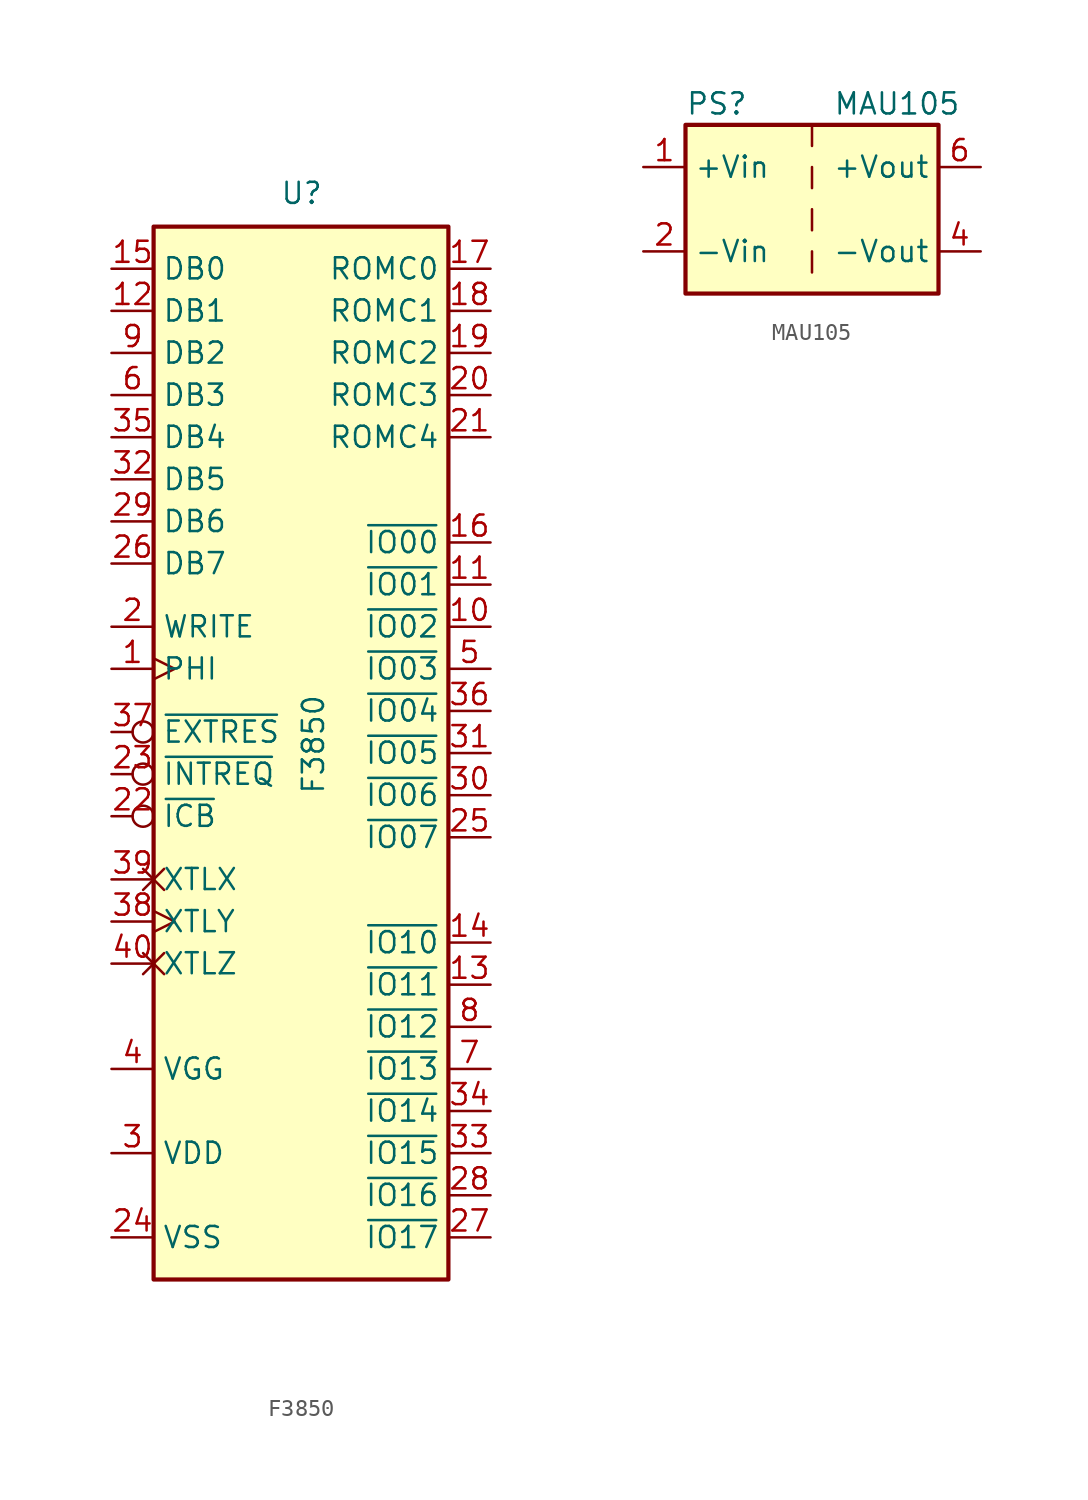
<source format=kicad_sym>
(kicad_symbol_lib
  (version 20211014)
  (generator kicad_symbol_editor)
  (symbol "F3850"
    (property "Reference" "U"
      (at -1.27 31.75 0)
      (effects (font (size 1.27 1.27)) (justify left bottom)))
    (property "Value" "F3850"
      (at 0 -3.81 90)
      (effects (font (size 1.27 1.27)) (justify left top)))
    (symbol "F3850_0_0"
      (pin bidirectional line (at 11.43 -6.35 180) (length 2.54) (name "~{IO07}" (effects (font (size 1.27 1.27)))) (number "25" (effects (font (size 1.27 1.27)))))
      (pin input inverted (at -11.43 0 0) (length 2.54) (name "~{EXTRES}" (effects (font (size 1.27 1.27)))) (number "37" (effects (font (size 1.27 1.27)))))
      (pin input clock (at -11.43 -11.43 0) (length 2.54) (name "XTLY" (effects (font (size 1.27 1.27)))) (number "38" (effects (font (size 1.27 1.27))))))
    (symbol "F3850_0_1"
      (rectangle (start -8.89 -33.02) (end 8.89 30.48) (stroke (width 0.254) (type default) (color 0 0 0 0)) (fill (type background))))
    (symbol "F3850_1_1"
      (pin output clock (at -11.43 3.81 0) (length 2.54) (name "PHI" (effects (font (size 1.27 1.27)))) (number "1" (effects (font (size 1.27 1.27)))))
      (pin bidirectional line (at 11.43 6.35 180) (length 2.54) (name "~{IO02}" (effects (font (size 1.27 1.27)))) (number "10" (effects (font (size 1.27 1.27)))))
      (pin bidirectional line (at 11.43 8.89 180) (length 2.54) (name "~{IO01}" (effects (font (size 1.27 1.27)))) (number "11" (effects (font (size 1.27 1.27)))))
      (pin bidirectional line (at -11.43 25.4 0) (length 2.54) (name "DB1" (effects (font (size 1.27 1.27)))) (number "12" (effects (font (size 1.27 1.27)))))
      (pin bidirectional line (at 11.43 -15.24 180) (length 2.54) (name "~{IO11}" (effects (font (size 1.27 1.27)))) (number "13" (effects (font (size 1.27 1.27)))))
      (pin bidirectional line (at 11.43 -12.7 180) (length 2.54) (name "~{IO10}" (effects (font (size 1.27 1.27)))) (number "14" (effects (font (size 1.27 1.27)))))
      (pin bidirectional line (at -11.43 27.94 0) (length 2.54) (name "DB0" (effects (font (size 1.27 1.27)))) (number "15" (effects (font (size 1.27 1.27)))))
      (pin bidirectional line (at 11.43 11.43 180) (length 2.54) (name "~{IO00}" (effects (font (size 1.27 1.27)))) (number "16" (effects (font (size 1.27 1.27)))))
      (pin output line (at 11.43 27.94 180) (length 2.54) (name "ROMC0" (effects (font (size 1.27 1.27)))) (number "17" (effects (font (size 1.27 1.27)))))
      (pin output line (at 11.43 25.4 180) (length 2.54) (name "ROMC1" (effects (font (size 1.27 1.27)))) (number "18" (effects (font (size 1.27 1.27)))))
      (pin output line (at 11.43 22.86 180) (length 2.54) (name "ROMC2" (effects (font (size 1.27 1.27)))) (number "19" (effects (font (size 1.27 1.27)))))
      (pin output line (at -11.43 6.35 0) (length 2.54) (name "WRITE" (effects (font (size 1.27 1.27)))) (number "2" (effects (font (size 1.27 1.27)))))
      (pin output line (at 11.43 20.32 180) (length 2.54) (name "ROMC3" (effects (font (size 1.27 1.27)))) (number "20" (effects (font (size 1.27 1.27)))))
      (pin output line (at 11.43 17.78 180) (length 2.54) (name "ROMC4" (effects (font (size 1.27 1.27)))) (number "21" (effects (font (size 1.27 1.27)))))
      (pin output inverted (at -11.43 -5.08 0) (length 2.54) (name "~{ICB}" (effects (font (size 1.27 1.27)))) (number "22" (effects (font (size 1.27 1.27)))))
      (pin input inverted (at -11.43 -2.54 0) (length 2.54) (name "~{INTREQ}" (effects (font (size 1.27 1.27)))) (number "23" (effects (font (size 1.27 1.27)))))
      (pin power_in line (at -11.43 -30.48 0) (length 2.54) (name "VSS" (effects (font (size 1.27 1.27)))) (number "24" (effects (font (size 1.27 1.27)))))
      (pin bidirectional line (at -11.43 10.16 0) (length 2.54) (name "DB7" (effects (font (size 1.27 1.27)))) (number "26" (effects (font (size 1.27 1.27)))))
      (pin bidirectional line (at 11.43 -30.48 180) (length 2.54) (name "~{IO17}" (effects (font (size 1.27 1.27)))) (number "27" (effects (font (size 1.27 1.27)))))
      (pin bidirectional line (at 11.43 -27.94 180) (length 2.54) (name "~{IO16}" (effects (font (size 1.27 1.27)))) (number "28" (effects (font (size 1.27 1.27)))))
      (pin bidirectional line (at -11.43 12.7 0) (length 2.54) (name "DB6" (effects (font (size 1.27 1.27)))) (number "29" (effects (font (size 1.27 1.27)))))
      (pin power_in line (at -11.43 -25.4 0) (length 2.54) (name "VDD" (effects (font (size 1.27 1.27)))) (number "3" (effects (font (size 1.27 1.27)))))
      (pin bidirectional line (at 11.43 -3.81 180) (length 2.54) (name "~{IO06}" (effects (font (size 1.27 1.27)))) (number "30" (effects (font (size 1.27 1.27)))))
      (pin bidirectional line (at 11.43 -1.27 180) (length 2.54) (name "~{IO05}" (effects (font (size 1.27 1.27)))) (number "31" (effects (font (size 1.27 1.27)))))
      (pin bidirectional line (at -11.43 15.24 0) (length 2.54) (name "DB5" (effects (font (size 1.27 1.27)))) (number "32" (effects (font (size 1.27 1.27)))))
      (pin bidirectional line (at 11.43 -25.4 180) (length 2.54) (name "~{IO15}" (effects (font (size 1.27 1.27)))) (number "33" (effects (font (size 1.27 1.27)))))
      (pin bidirectional line (at 11.43 -22.86 180) (length 2.54) (name "~{IO14}" (effects (font (size 1.27 1.27)))) (number "34" (effects (font (size 1.27 1.27)))))
      (pin bidirectional line (at -11.43 17.78 0) (length 2.54) (name "DB4" (effects (font (size 1.27 1.27)))) (number "35" (effects (font (size 1.27 1.27)))))
      (pin bidirectional line (at 11.43 1.27 180) (length 2.54) (name "~{IO04}" (effects (font (size 1.27 1.27)))) (number "36" (effects (font (size 1.27 1.27)))))
      (pin input non_logic (at -11.43 -8.89 0) (length 2.54) (name "XTLX" (effects (font (size 1.27 1.27)))) (number "39" (effects (font (size 1.27 1.27)))))
      (pin power_in line (at -11.43 -20.32 0) (length 2.54) (name "VGG" (effects (font (size 1.27 1.27)))) (number "4" (effects (font (size 1.27 1.27)))))
      (pin input non_logic (at -11.43 -13.97 0) (length 2.54) (name "XTLZ" (effects (font (size 1.27 1.27)))) (number "40" (effects (font (size 1.27 1.27)))))
      (pin bidirectional line (at 11.43 3.81 180) (length 2.54) (name "~{IO03}" (effects (font (size 1.27 1.27)))) (number "5" (effects (font (size 1.27 1.27)))))
      (pin bidirectional line (at -11.43 20.32 0) (length 2.54) (name "DB3" (effects (font (size 1.27 1.27)))) (number "6" (effects (font (size 1.27 1.27)))))
      (pin bidirectional line (at 11.43 -20.32 180) (length 2.54) (name "~{IO13}" (effects (font (size 1.27 1.27)))) (number "7" (effects (font (size 1.27 1.27)))))
      (pin bidirectional line (at 11.43 -17.78 180) (length 2.54) (name "~{IO12}" (effects (font (size 1.27 1.27)))) (number "8" (effects (font (size 1.27 1.27)))))
      (pin bidirectional line (at -11.43 22.86 0) (length 2.54) (name "DB2" (effects (font (size 1.27 1.27)))) (number "9" (effects (font (size 1.27 1.27)))))))
  (symbol "MAU105"
    (property "Reference" "PS"
      (at -7.62 6.35 0)
      (effects (font (size 1.27 1.27)) (justify left)))
    (property "Value" "MAU105"
      (at 1.27 6.35 0)
      (effects (font (size 1.27 1.27)) (justify left)))
    (symbol "MAU105_0_0"
      (pin power_in line (at -10.16 2.54 0) (length 2.54) (name "+Vin" (effects (font (size 1.27 1.27)))) (number "1" (effects (font (size 1.27 1.27)))))
      (pin power_in line (at -10.16 -2.54 0) (length 2.54) (name "-Vin" (effects (font (size 1.27 1.27)))) (number "2" (effects (font (size 1.27 1.27)))))
      (pin passive line (at 10.16 -2.54 180) (length 2.54) (name "-Vout" (effects (font (size 1.27 1.27)))) (number "4" (effects (font (size 1.27 1.27)))))
      (pin power_out line (at 10.16 2.54 180) (length 2.54) (name "+Vout" (effects (font (size 1.27 1.27)))) (number "6" (effects (font (size 1.27 1.27))))))
    (symbol "MAU105_0_1"
      (rectangle (start -7.62 5.08) (end 7.62 -5.08) (stroke (width 0.254) (type default) (color 0 0 0 0)) (fill (type background)))
      (polyline (pts (xy 0 -2.54) (xy 0 -3.81)) (stroke (width 0) (type default) (color 0 0 0 0)) (fill (type none)))
      (polyline (pts (xy 0 0) (xy 0 -1.27)) (stroke (width 0) (type default) (color 0 0 0 0)) (fill (type none)))
      (polyline (pts (xy 0 2.54) (xy 0 1.27)) (stroke (width 0) (type default) (color 0 0 0 0)) (fill (type none)))
      (polyline (pts (xy 0 5.08) (xy 0 3.81)) (stroke (width 0) (type default) (color 0 0 0 0)) (fill (type none))))))
</source>
